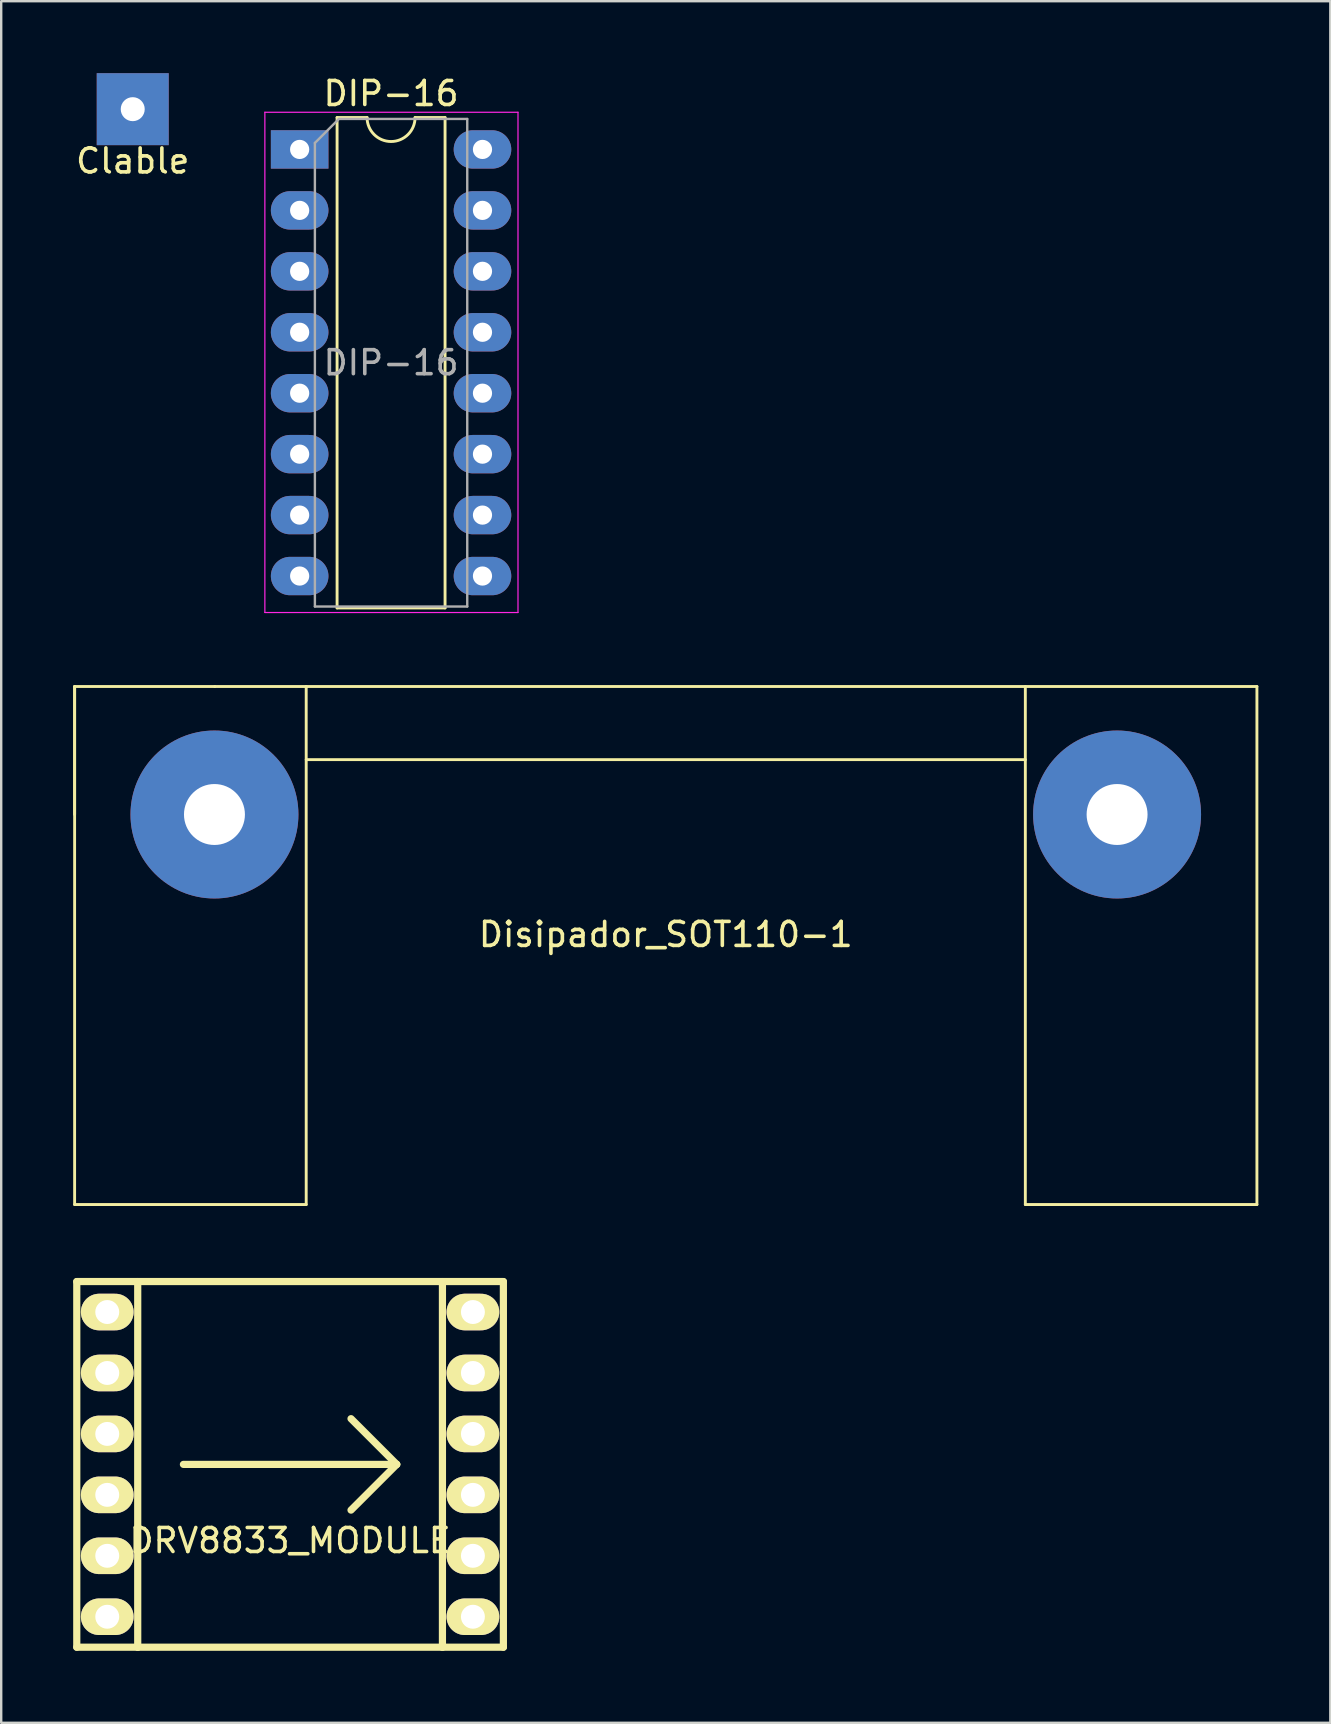
<source format=kicad_pcb>
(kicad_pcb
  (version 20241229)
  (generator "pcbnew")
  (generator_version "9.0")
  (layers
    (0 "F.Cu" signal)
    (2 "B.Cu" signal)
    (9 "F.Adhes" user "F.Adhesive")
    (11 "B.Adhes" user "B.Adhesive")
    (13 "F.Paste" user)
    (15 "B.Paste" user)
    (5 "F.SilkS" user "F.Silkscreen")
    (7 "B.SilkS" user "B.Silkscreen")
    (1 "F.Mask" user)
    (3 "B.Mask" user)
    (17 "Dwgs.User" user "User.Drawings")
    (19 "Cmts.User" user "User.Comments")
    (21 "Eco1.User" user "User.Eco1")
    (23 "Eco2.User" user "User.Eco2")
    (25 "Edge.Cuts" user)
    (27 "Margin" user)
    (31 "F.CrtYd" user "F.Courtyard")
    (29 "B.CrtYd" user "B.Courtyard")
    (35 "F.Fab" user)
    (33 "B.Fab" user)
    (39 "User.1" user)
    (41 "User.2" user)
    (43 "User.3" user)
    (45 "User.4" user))
  (footprint "Clable"
    (layer "F.Cu")
    (at 2.482 1.5)
    (property "Reference" "Clable" (at 0 2.159 0) (layer "F.SilkS") (effects (font (size 1 1) (thickness 0.15))))
    (attr through_hole)
    (pad "1" thru_hole rect (at 0 0) (size 3 3) (drill 1) (layers "*.Cu" "*.Mask")))
  (footprint "Disipador_SOT110-1"
    (layer "F.Cu")
    (at 24.698 30.897)
    (property "Reference" "Disipador_SOT110-1" (at 0 5 0) (layer "F.SilkS") (effects (font (size 1 1) (thickness 0.15))))
    (attr through_hole)
    (fp_line (start -24.638 -5.334) (end -24.638 0) (stroke (width 0.12) (type solid)) (layer "F.SilkS"))
    (fp_line (start -24.638 -5.334) (end -24.638 16.256) (stroke (width 0.12) (type solid)) (layer "F.SilkS"))
    (fp_line (start -24.638 16.256) (end -14.986 16.256) (stroke (width 0.12) (type solid)) (layer "F.SilkS"))
    (fp_line (start -18.796 -5.334) (end -24.638 -5.334) (stroke (width 0.12) (type solid)) (layer "F.SilkS"))
    (fp_line (start -14.986 -5.334) (end -18.796 -5.334) (stroke (width 0.12) (type solid)) (layer "F.SilkS"))
    (fp_line (start -14.986 -5.334) (end 24.638 -5.334) (stroke (width 0.12) (type solid)) (layer "F.SilkS"))
    (fp_line (start -14.986 -2.286) (end 14.986 -2.286) (stroke (width 0.12) (type solid)) (layer "F.SilkS"))
    (fp_line (start -14.986 16.256) (end -14.986 -5.334) (stroke (width 0.12) (type solid)) (layer "F.SilkS"))
    (fp_line (start 14.986 16.256) (end 14.986 -5.334) (stroke (width 0.12) (type solid)) (layer "F.SilkS"))
    (fp_line (start 14.986 16.256) (end 24.638 16.256) (stroke (width 0.12) (type solid)) (layer "F.SilkS"))
    (fp_line (start 24.638 16.256) (end 24.638 -5.334) (stroke (width 0.12) (type solid)) (layer "F.SilkS"))
    (pad "1" thru_hole circle (at -18.81 0) (size 7 7) (drill 2.54) (layers "*.Cu" "*.Mask"))
    (pad "2" thru_hole circle (at 18.81 0) (size 7 7) (drill 2.54) (layers "*.Cu" "*.Mask")))
  (footprint "DIP-16"
    (layer "F.Cu")
    (at 9.439 3.178)
    (property "Reference" "DIP-16" (at 3.81 -2.33 0) (layer "F.SilkS") (effects (font (size 1 1) (thickness 0.15))))
    (attr through_hole)
    (fp_line (start 1.56 -1.33) (end 1.56 19.11) (stroke (width 0.12) (type solid)) (layer "F.SilkS"))
    (fp_line (start 1.56 19.11) (end 6.06 19.11) (stroke (width 0.12) (type solid)) (layer "F.SilkS"))
    (fp_line (start 2.81 -1.33) (end 1.56 -1.33) (stroke (width 0.12) (type solid)) (layer "F.SilkS"))
    (fp_line (start 6.06 -1.33) (end 4.81 -1.33) (stroke (width 0.12) (type solid)) (layer "F.SilkS"))
    (fp_line (start 6.06 19.11) (end 6.06 -1.33) (stroke (width 0.12) (type solid)) (layer "F.SilkS"))
    (fp_arc (start 4.81 -1.33) (mid 3.81 -0.33) (end 2.81 -1.33) (stroke (width 0.12) (type solid)) (layer "F.SilkS"))
    (fp_line (start -1.45 -1.55) (end -1.45 19.3) (stroke (width 0.05) (type solid)) (layer "F.CrtYd"))
    (fp_line (start -1.45 19.3) (end 9.1 19.3) (stroke (width 0.05) (type solid)) (layer "F.CrtYd"))
    (fp_line (start 9.1 -1.55) (end -1.45 -1.55) (stroke (width 0.05) (type solid)) (layer "F.CrtYd"))
    (fp_line (start 9.1 19.3) (end 9.1 -1.55) (stroke (width 0.05) (type solid)) (layer "F.CrtYd"))
    (fp_line (start 0.635 -0.27) (end 1.635 -1.27) (stroke (width 0.1) (type solid)) (layer "F.Fab"))
    (fp_line (start 0.635 19.05) (end 0.635 -0.27) (stroke (width 0.1) (type solid)) (layer "F.Fab"))
    (fp_line (start 1.635 -1.27) (end 6.985 -1.27) (stroke (width 0.1) (type solid)) (layer "F.Fab"))
    (fp_line (start 6.985 -1.27) (end 6.985 19.05) (stroke (width 0.1) (type solid)) (layer "F.Fab"))
    (fp_line (start 6.985 19.05) (end 0.635 19.05) (stroke (width 0.1) (type solid)) (layer "F.Fab"))
    (fp_text user "${REFERENCE}" (at 3.81 8.89 0) (layer "F.Fab") (effects (font (size 1 1) (thickness 0.15))))
    (pad "1" thru_hole rect (at 0 0) (size 2.4 1.6) (drill 0.8) (layers "*.Cu" "*.Mask"))
    (pad "2" thru_hole oval (at 0 2.54) (size 2.4 1.6) (drill 0.8) (layers "*.Cu" "*.Mask"))
    (pad "3" thru_hole oval (at 0 5.08) (size 2.4 1.6) (drill 0.8) (layers "*.Cu" "*.Mask"))
    (pad "4" thru_hole oval (at 0 7.62) (size 2.4 1.6) (drill 0.8) (layers "*.Cu" "*.Mask"))
    (pad "5" thru_hole oval (at 0 10.16) (size 2.4 1.6) (drill 0.8) (layers "*.Cu" "*.Mask"))
    (pad "6" thru_hole oval (at 0 12.7) (size 2.4 1.6) (drill 0.8) (layers "*.Cu" "*.Mask"))
    (pad "7" thru_hole oval (at 0 15.24) (size 2.4 1.6) (drill 0.8) (layers "*.Cu" "*.Mask"))
    (pad "8" thru_hole oval (at 0 17.78) (size 2.4 1.6) (drill 0.8) (layers "*.Cu" "*.Mask"))
    (pad "9" thru_hole oval (at 7.62 17.78) (size 2.4 1.6) (drill 0.8) (layers "*.Cu" "*.Mask"))
    (pad "10" thru_hole oval (at 7.62 15.24) (size 2.4 1.6) (drill 0.8) (layers "*.Cu" "*.Mask"))
    (pad "11" thru_hole oval (at 7.62 12.7) (size 2.4 1.6) (drill 0.8) (layers "*.Cu" "*.Mask"))
    (pad "12" thru_hole oval (at 7.62 10.16) (size 2.4 1.6) (drill 0.8) (layers "*.Cu" "*.Mask"))
    (pad "13" thru_hole oval (at 7.62 7.62) (size 2.4 1.6) (drill 0.8) (layers "*.Cu" "*.Mask"))
    (pad "14" thru_hole oval (at 7.62 5.08) (size 2.4 1.6) (drill 0.8) (layers "*.Cu" "*.Mask"))
    (pad "15" thru_hole oval (at 7.62 2.54) (size 2.4 1.6) (drill 0.8) (layers "*.Cu" "*.Mask"))
    (pad "16" thru_hole oval (at 7.62 0) (size 2.4 1.6) (drill 0.8) (layers "*.Cu" "*.Mask")))
  (footprint "DRV8833_MODULE"
    (layer "F.Cu")
    (at 9.04 57.983)
    (property "Reference" "DRV8833_MODULE" (at 0 3.175 0) (layer "F.SilkS") (effects (font (size 1 1) (thickness 0.15))))
    (attr through_hole)
    (fp_line (start -8.89 -7.62) (end -6.35 -7.62) (stroke (width 0.3) (type solid)) (layer "F.SilkS"))
    (fp_line (start -8.89 7.62) (end -8.89 -7.62) (stroke (width 0.3) (type solid)) (layer "F.SilkS"))
    (fp_line (start -8.89 7.62) (end -6.35 7.62) (stroke (width 0.3) (type solid)) (layer "F.SilkS"))
    (fp_line (start -6.35 -7.62) (end -6.35 7.62) (stroke (width 0.3) (type solid)) (layer "F.SilkS"))
    (fp_line (start -6.35 -7.62) (end 6.35 -7.62) (stroke (width 0.3) (type solid)) (layer "F.SilkS"))
    (fp_line (start -6.35 7.62) (end 6.35 7.62) (stroke (width 0.3) (type solid)) (layer "F.SilkS"))
    (fp_line (start -4.445 0) (end 4.445 0) (stroke (width 0.3) (type solid)) (layer "F.SilkS"))
    (fp_line (start 4.445 0) (end 2.54 -1.905) (stroke (width 0.3) (type solid)) (layer "F.SilkS"))
    (fp_line (start 4.445 0) (end 2.54 1.905) (stroke (width 0.3) (type solid)) (layer "F.SilkS"))
    (fp_line (start 6.35 -7.62) (end 8.89 -7.62) (stroke (width 0.3) (type solid)) (layer "F.SilkS"))
    (fp_line (start 6.35 7.62) (end 6.35 -7.62) (stroke (width 0.3) (type solid)) (layer "F.SilkS"))
    (fp_line (start 6.35 7.62) (end 8.89 7.62) (stroke (width 0.3) (type solid)) (layer "F.SilkS"))
    (fp_line (start 8.89 -7.62) (end 8.89 7.62) (stroke (width 0.3) (type solid)) (layer "F.SilkS"))
    (pad "1" thru_hole oval (at -7.62 -6.35 90) (size 1.524 2.197) (drill 0.998) (layers "*.Cu" "*.Mask" "F.SilkS"))
    (pad "2" thru_hole oval (at -7.62 -3.81 90) (size 1.524 2.197) (drill 0.998) (layers "*.Cu" "*.Mask" "F.SilkS"))
    (pad "3" thru_hole oval (at -7.62 -1.27 90) (size 1.524 2.197) (drill 0.998) (layers "*.Cu" "*.Mask" "F.SilkS"))
    (pad "4" thru_hole oval (at -7.62 1.27 90) (size 1.524 2.197) (drill 0.998) (layers "*.Cu" "*.Mask" "F.SilkS"))
    (pad "5" thru_hole oval (at -7.62 3.81 90) (size 1.524 2.197) (drill 0.998) (layers "*.Cu" "*.Mask" "F.SilkS"))
    (pad "6" thru_hole oval (at -7.62 6.35 90) (size 1.524 2.197) (drill 0.998) (layers "*.Cu" "*.Mask" "F.SilkS"))
    (pad "7" thru_hole oval (at 7.62 6.35 90) (size 1.524 2.197) (drill 0.998) (layers "*.Cu" "*.Mask" "F.SilkS"))
    (pad "8" thru_hole oval (at 7.62 3.81 90) (size 1.524 2.197) (drill 0.998) (layers "*.Cu" "*.Mask" "F.SilkS"))
    (pad "9" thru_hole oval (at 7.62 1.27 90) (size 1.524 2.197) (drill 0.998) (layers "*.Cu" "*.Mask" "F.SilkS"))
    (pad "10" thru_hole oval (at 7.62 -1.27 90) (size 1.524 2.197) (drill 0.998) (layers "*.Cu" "*.Mask" "F.SilkS"))
    (pad "11" thru_hole oval (at 7.62 -3.81 90) (size 1.524 2.197) (drill 0.998) (layers "*.Cu" "*.Mask" "F.SilkS"))
    (pad "12" thru_hole oval (at 7.62 -6.35 90) (size 1.524 2.197) (drill 0.998) (layers "*.Cu" "*.Mask" "F.SilkS")))
  (gr_rect
    (start -3 -3)
    (end 52.396 68.753)
    (stroke (width 0.1) (type default))
    (fill no)
    (layer "Edge.Cuts")))
</source>
